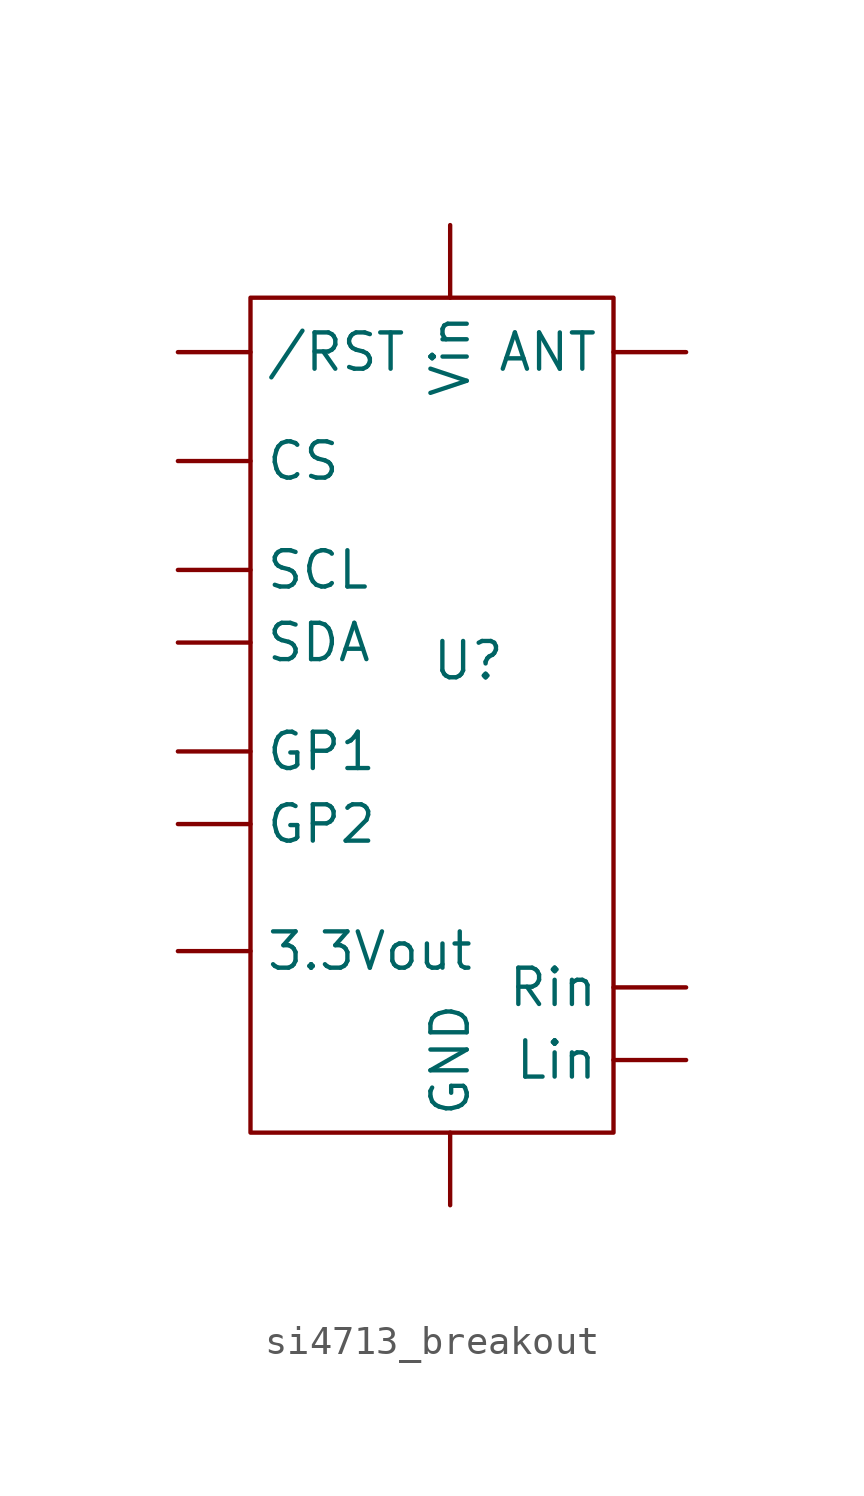
<source format=kicad_sym>
(kicad_symbol_lib
  (version 20220914)
  (generator kicad_symbol_editor)
  (symbol "si4713_breakout"
    (property "Reference" "U"
      (at 8.89 1.905 0)
      (effects (font (size 1.27 1.27))))
    (property "Value" ""
      (at 0 0 0)
      (effects (font (size 1.27 1.27))))
    (symbol "si4713_breakout_0_1"
      (rectangle (start 1.27 14.605) (end 13.97 -14.605) (stroke (width 0) (type default)) (fill (type none))))
    (symbol "si4713_breakout_1_1"
      (pin input line (at -1.27 12.7 0) (length 2.54) (name "/RST" (effects (font (size 1.27 1.27)))) (number "" (effects (font (size 1.27 1.27)))))
      (pin power_out line (at -1.27 -8.255 0) (length 2.54) (name "3.3Vout" (effects (font (size 1.27 1.27)))) (number "" (effects (font (size 1.27 1.27)))))
      (pin output line (at 16.51 12.7 180) (length 2.54) (name "ANT" (effects (font (size 1.27 1.27)))) (number "" (effects (font (size 1.27 1.27)))))
      (pin input line (at -1.27 8.89 0) (length 2.54) (name "CS" (effects (font (size 1.27 1.27)))) (number "" (effects (font (size 1.27 1.27)))))
      (pin power_in line (at 8.255 -17.145 90) (length 2.54) (name "GND" (effects (font (size 1.27 1.27)))) (number "" (effects (font (size 1.27 1.27)))))
      (pin bidirectional line (at -1.27 -1.27 0) (length 2.54) (name "GP1" (effects (font (size 1.27 1.27)))) (number "" (effects (font (size 1.27 1.27)))))
      (pin bidirectional line (at -1.27 -3.81 0) (length 2.54) (name "GP2" (effects (font (size 1.27 1.27)))) (number "" (effects (font (size 1.27 1.27)))))
      (pin input line (at 16.51 -12.065 180) (length 2.54) (name "Lin" (effects (font (size 1.27 1.27)))) (number "" (effects (font (size 1.27 1.27)))))
      (pin input line (at 16.51 -9.525 180) (length 2.54) (name "Rin" (effects (font (size 1.27 1.27)))) (number "" (effects (font (size 1.27 1.27)))))
      (pin bidirectional line (at -1.27 5.08 0) (length 2.54) (name "SCL" (effects (font (size 1.27 1.27)))) (number "" (effects (font (size 1.27 1.27)))))
      (pin bidirectional line (at -1.27 2.54 0) (length 2.54) (name "SDA" (effects (font (size 1.27 1.27)))) (number "" (effects (font (size 1.27 1.27)))))
      (pin power_in line (at 8.255 17.145 270) (length 2.54) (name "Vin" (effects (font (size 1.27 1.27)))) (number "" (effects (font (size 1.27 1.27))))))))
</source>
